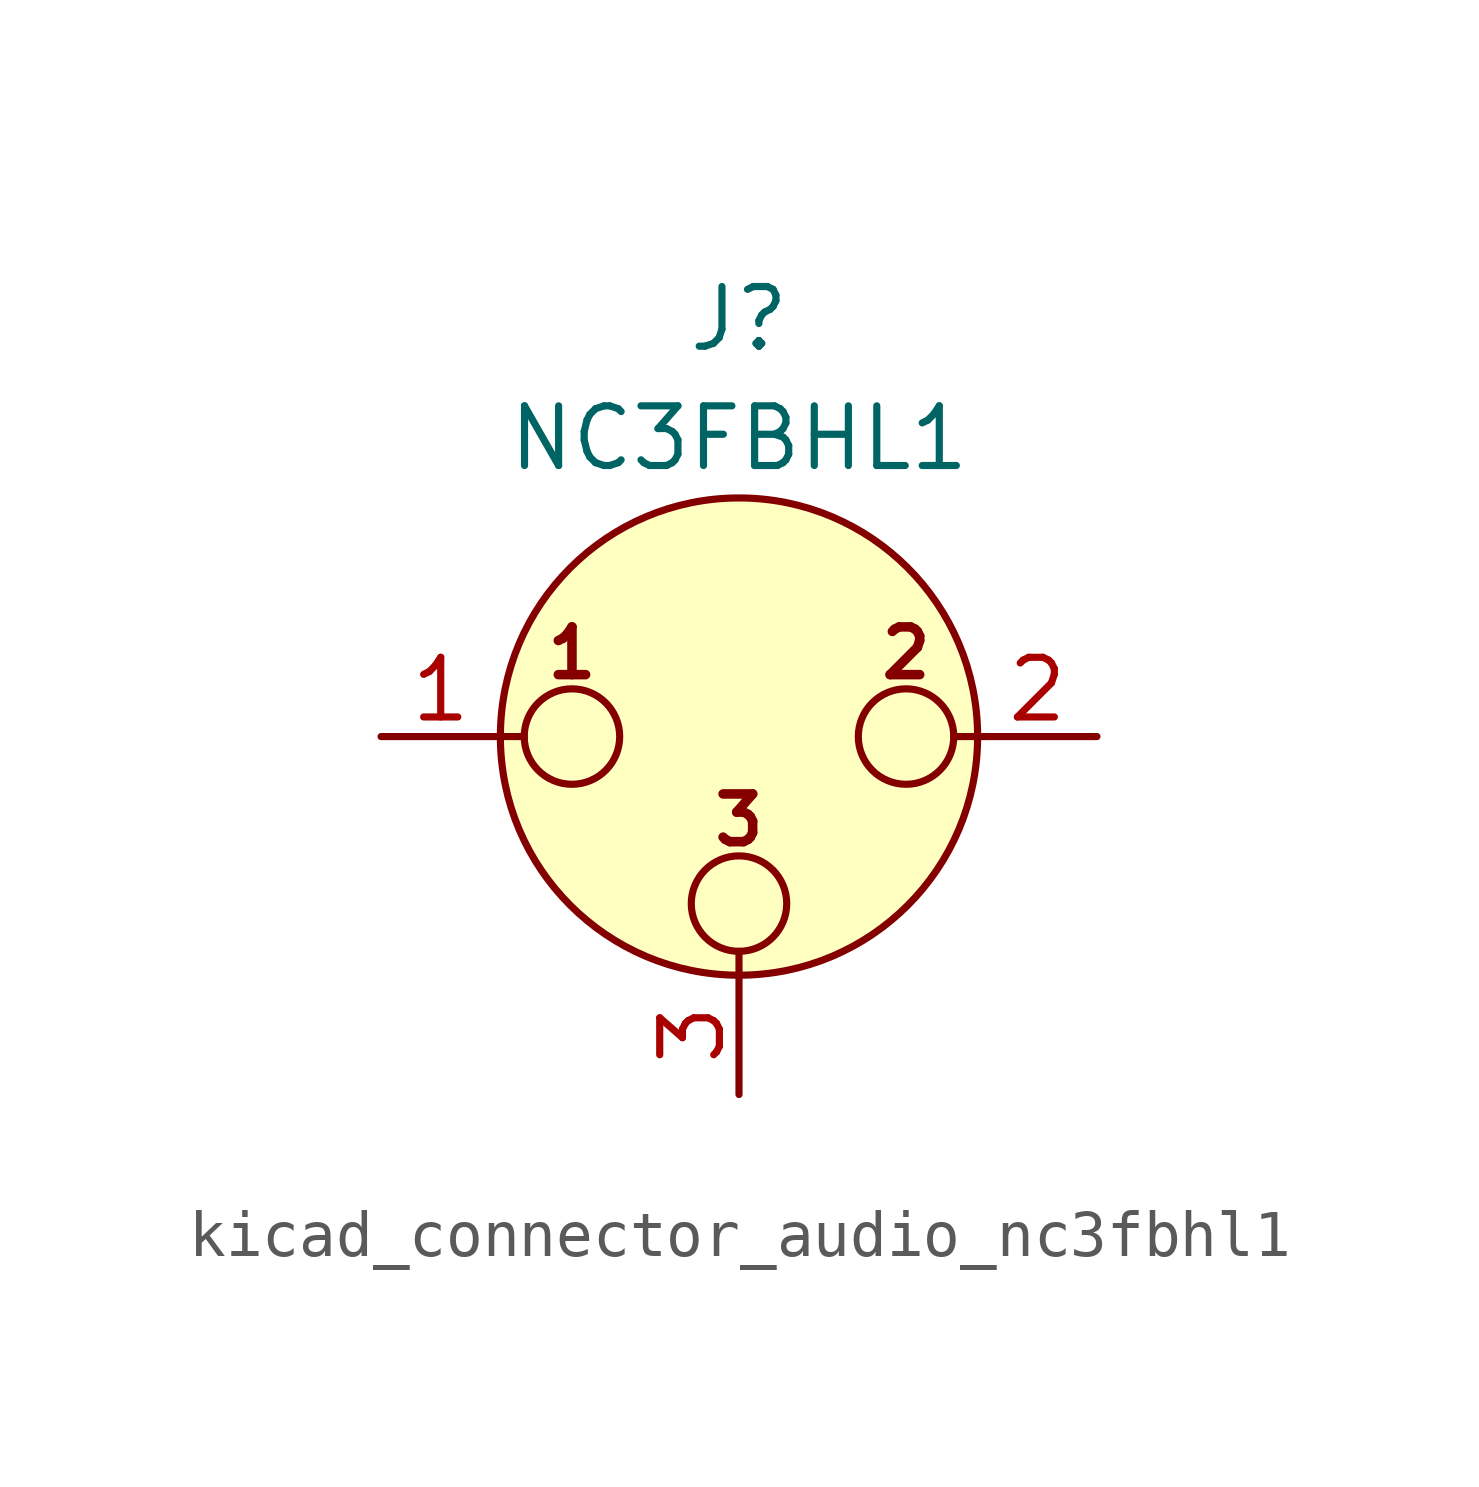
<source format=kicad_sym>
(kicad_symbol_lib
  (version 20220914)
  (generator kicad_symbol_editor)
  (symbol "kicad_connector_audio_nc3fbhl1"
    (pin_names hide)
    (property "Reference" "J"
      (at 0 8.89 0)
      (effects (font (size 1.27 1.27))))
    (property "Value" "NC3FBHL1"
      (at 0 6.35 0)
      (effects (font (size 1.27 1.27))))
    (symbol "kicad_connector_audio_nc3fbhl1_0_1"
      (circle (center -3.556 0) (radius 1.016) (stroke (width 0) (type default)) (fill (type none)))
      (circle (center 0 -3.556) (radius 1.016) (stroke (width 0) (type default)) (fill (type none)))
      (polyline (pts (xy -5.08 0) (xy -4.572 0)) (stroke (width 0) (type default)) (fill (type none)))
      (polyline (pts (xy 0 -5.08) (xy 0 -4.572)) (stroke (width 0) (type default)) (fill (type none)))
      (polyline (pts (xy 5.08 0) (xy 4.572 0)) (stroke (width 0) (type default)) (fill (type none)))
      (circle (center 0 0) (radius 5.08) (stroke (width 0) (type default)) (fill (type background)))
      (circle (center 3.556 0) (radius 1.016) (stroke (width 0) (type default)) (fill (type none)))
      (text "1" (at -3.556 1.778 0) (effects (font (size 1.016 1.016) bold)))
      (text "2" (at 3.556 1.778 0) (effects (font (size 1.016 1.016) bold)))
      (text "3" (at 0 -1.778 0) (effects (font (size 1.016 1.016) bold)))
      (pin passive line (at -7.62 0 0) (length 2.54) (name "~" (effects (font (size 1.27 1.27)))) (number "1" (effects (font (size 1.27 1.27)))))
      (pin passive line (at 7.62 0 180) (length 2.54) (name "~" (effects (font (size 1.27 1.27)))) (number "2" (effects (font (size 1.27 1.27)))))
      (pin passive line (at 0 -7.62 90) (length 2.54) (name "~" (effects (font (size 1.27 1.27)))) (number "3" (effects (font (size 1.27 1.27))))))))
</source>
